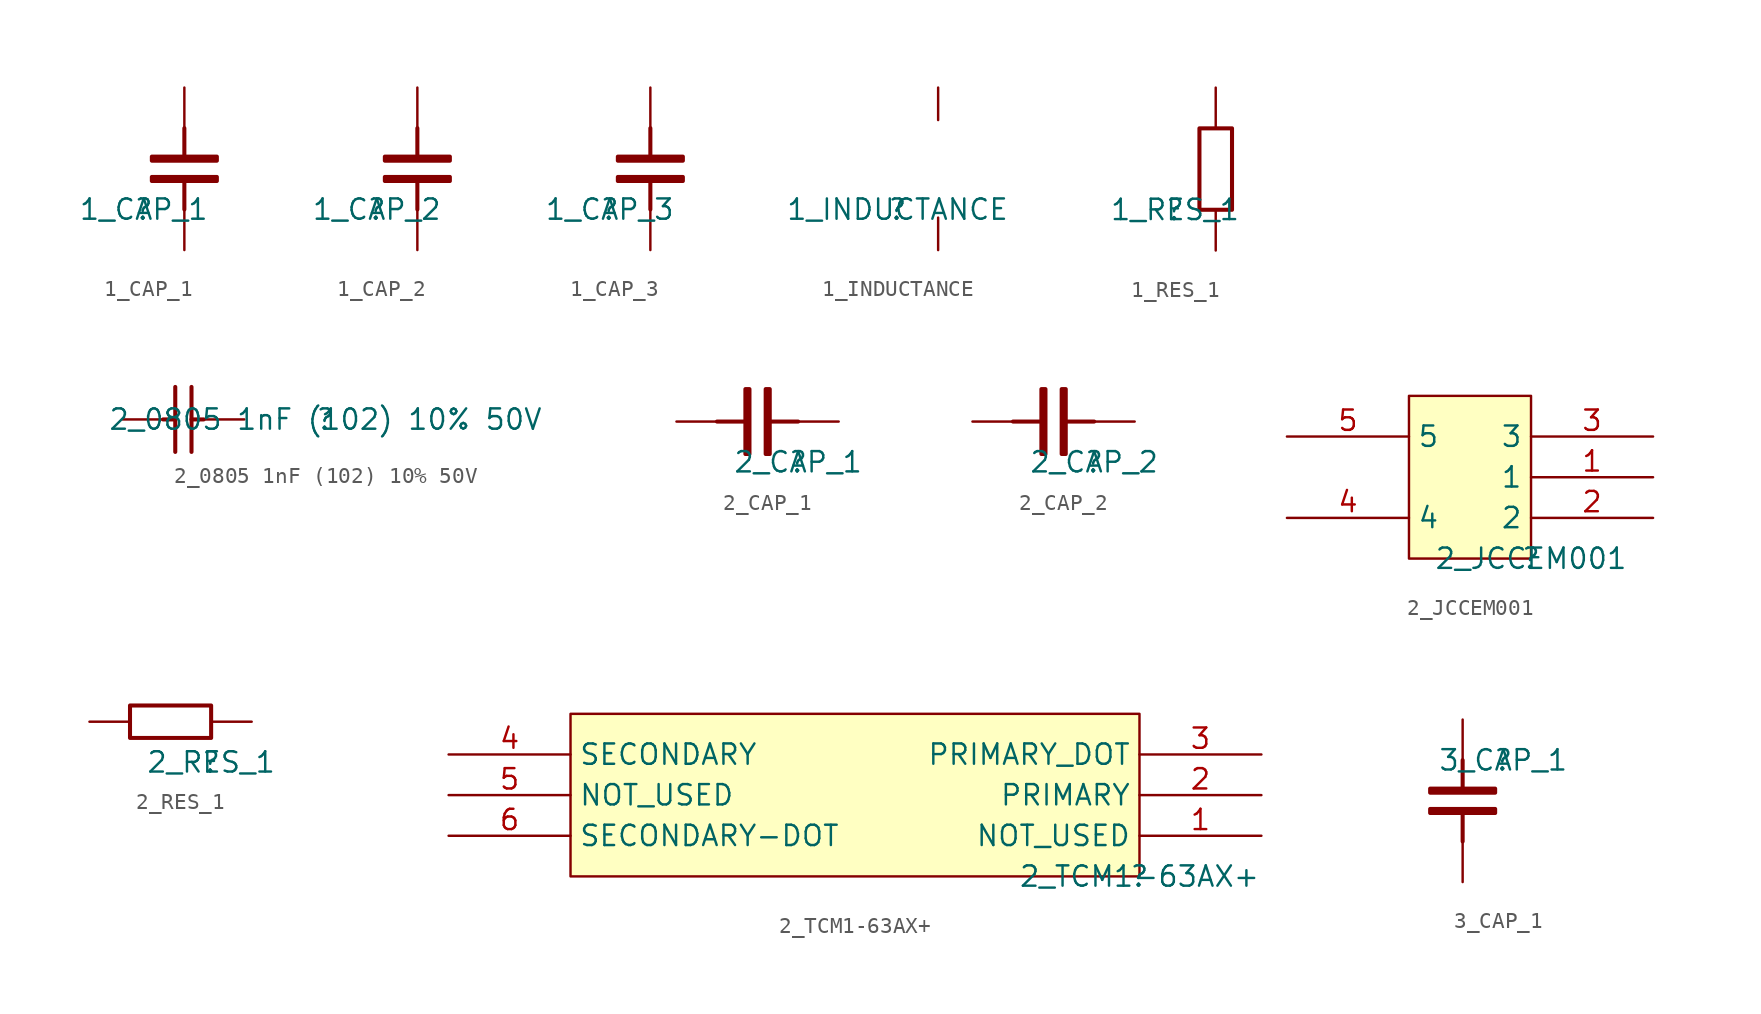
<source format=kicad_sym>
(kicad_symbol_lib
  (version 20211014)
  (generator kicad_symbol_editor)
  (symbol "pynqsdr-altium-import:1_CAP_1"
    (property "Reference" ""
      (at 0 0 0)
      (effects (font (size 1.27 1.27))))
    (property "Value" "1_CAP_1"
      (at 0 0 0)
      (effects (font (size 1.27 1.27))))
    (symbol "1_CAP_1_1_0"
      (polyline (pts (xy 2.54 3.302) (xy 2.54 5.08)) (stroke (width 0.254) (type default) (color 0 0 0 0)) (fill (type none)))
      (polyline (pts (xy 2.54 0) (xy 2.54 1.778)) (stroke (width 0.254) (type default) (color 0 0 0 0)) (fill (type none)))
      (polyline (pts (xy 0.508 1.778) (xy 0.508 2.032) (xy 4.572 2.032) (xy 4.572 1.778) (xy 0.508 1.778)) (stroke (width 0.254) (type default) (color 0 0 0 0)) (fill (type outline)))
      (polyline (pts (xy 0.508 3.048) (xy 0.508 3.302) (xy 4.572 3.302) (xy 4.572 3.048) (xy 0.508 3.048)) (stroke (width 0.254) (type default) (color 0 0 0 0)) (fill (type outline)))
      (pin passive line (at 2.54 -2.54 90) (length 2.54) (name "1" (effects (font (size 0 0)))) (number "1" (effects (font (size 0 0)))))
      (pin passive line (at 2.54 7.62 270) (length 2.54) (name "2" (effects (font (size 0 0)))) (number "2" (effects (font (size 0 0)))))))
  (symbol "pynqsdr-altium-import:1_CAP_2"
    (property "Reference" ""
      (at 0 0 0)
      (effects (font (size 1.27 1.27))))
    (property "Value" "1_CAP_2"
      (at 0 0 0)
      (effects (font (size 1.27 1.27))))
    (symbol "1_CAP_2_1_0"
      (polyline (pts (xy 2.54 3.302) (xy 2.54 5.08)) (stroke (width 0.254) (type default) (color 0 0 0 0)) (fill (type none)))
      (polyline (pts (xy 2.54 0) (xy 2.54 1.778)) (stroke (width 0.254) (type default) (color 0 0 0 0)) (fill (type none)))
      (polyline (pts (xy 0.508 1.778) (xy 0.508 2.032) (xy 4.572 2.032) (xy 4.572 1.778) (xy 0.508 1.778)) (stroke (width 0.254) (type default) (color 0 0 0 0)) (fill (type outline)))
      (polyline (pts (xy 0.508 3.048) (xy 0.508 3.302) (xy 4.572 3.302) (xy 4.572 3.048) (xy 0.508 3.048)) (stroke (width 0.254) (type default) (color 0 0 0 0)) (fill (type outline)))
      (pin passive line (at 2.54 -2.54 90) (length 2.54) (name "1" (effects (font (size 0 0)))) (number "1" (effects (font (size 0 0)))))
      (pin passive line (at 2.54 7.62 270) (length 2.54) (name "2" (effects (font (size 0 0)))) (number "2" (effects (font (size 0 0)))))))
  (symbol "pynqsdr-altium-import:1_CAP_3"
    (property "Reference" ""
      (at 0 0 0)
      (effects (font (size 1.27 1.27))))
    (property "Value" "1_CAP_3"
      (at 0 0 0)
      (effects (font (size 1.27 1.27))))
    (symbol "1_CAP_3_1_0"
      (polyline (pts (xy 2.54 3.302) (xy 2.54 5.08)) (stroke (width 0.254) (type default) (color 0 0 0 0)) (fill (type none)))
      (polyline (pts (xy 2.54 0) (xy 2.54 1.778)) (stroke (width 0.254) (type default) (color 0 0 0 0)) (fill (type none)))
      (polyline (pts (xy 0.508 1.778) (xy 0.508 2.032) (xy 4.572 2.032) (xy 4.572 1.778) (xy 0.508 1.778)) (stroke (width 0.254) (type default) (color 0 0 0 0)) (fill (type outline)))
      (polyline (pts (xy 0.508 3.048) (xy 0.508 3.302) (xy 4.572 3.302) (xy 4.572 3.048) (xy 0.508 3.048)) (stroke (width 0.254) (type default) (color 0 0 0 0)) (fill (type outline)))
      (pin passive line (at 2.54 -2.54 90) (length 2.54) (name "1" (effects (font (size 0 0)))) (number "1" (effects (font (size 0 0)))))
      (pin passive line (at 2.54 7.62 270) (length 2.54) (name "2" (effects (font (size 0 0)))) (number "2" (effects (font (size 0 0)))))))
  (symbol "pynqsdr-altium-import:1_INDUCTANCE"
    (property "Reference" ""
      (at 0 0 0)
      (effects (font (size 1.27 1.27))))
    (property "Value" "1_INDUCTANCE"
      (at 0 0 0)
      (effects (font (size 1.27 1.27))))
    (symbol "1_INDUCTANCE_1_0"
      (pin passive line (at 2.54 -2.54 90) (length 2.032) (name "1" (effects (font (size 0 0)))) (number "1" (effects (font (size 0 0)))))
      (pin passive line (at 2.54 7.62 270) (length 2.032) (name "2" (effects (font (size 0 0)))) (number "2" (effects (font (size 0 0)))))))
  (symbol "pynqsdr-altium-import:1_RES_1"
    (property "Reference" ""
      (at 0 0 0)
      (effects (font (size 1.27 1.27))))
    (property "Value" "1_RES_1"
      (at 0 0 0)
      (effects (font (size 1.27 1.27))))
    (symbol "1_RES_1_1_0"
      (rectangle (start 3.556 5.08) (end 1.524 0) (stroke (width 0.254) (type default) (color 0 0 0 0)) (fill (type none)))
      (pin passive line (at 2.54 -2.54 90) (length 2.54) (name "1" (effects (font (size 0 0)))) (number "1" (effects (font (size 0 0)))))
      (pin passive line (at 2.54 7.62 270) (length 2.54) (name "2" (effects (font (size 0 0)))) (number "2" (effects (font (size 0 0)))))))
  (symbol "pynqsdr-altium-import:2_0805 1nF (102) 10% 50V"
    (property "Reference" ""
      (at 0 0 0)
      (effects (font (size 1.27 1.27))))
    (property "Value" "2_0805 1nF (102) 10% 50V"
      (at 0 0 0)
      (effects (font (size 1.27 1.27))))
    (symbol "2_0805 1nF (102) 10% 50V_1_0"
      (polyline (pts (xy -10.16 0) (xy -9.398 0)) (stroke (width 0.254) (type default) (color 0 0 0 0)) (fill (type none)))
      (polyline (pts (xy -9.398 -2.032) (xy -9.398 2.032)) (stroke (width 0.254) (type default) (color 0 0 0 0)) (fill (type none)))
      (polyline (pts (xy -8.382 2.032) (xy -8.382 -2.032)) (stroke (width 0.254) (type default) (color 0 0 0 0)) (fill (type none)))
      (polyline (pts (xy -7.62 0) (xy -8.382 0)) (stroke (width 0.254) (type default) (color 0 0 0 0)) (fill (type none)))
      (pin passive line (at -5.08 0 180) (length 2.54) (name "1" (effects (font (size 0 0)))) (number "1" (effects (font (size 0 0)))))
      (pin passive line (at -12.7 0 0) (length 2.54) (name "2" (effects (font (size 0 0)))) (number "2" (effects (font (size 0 0)))))))
  (symbol "pynqsdr-altium-import:2_CAP_1"
    (property "Reference" ""
      (at 0 0 0)
      (effects (font (size 1.27 1.27))))
    (property "Value" "2_CAP_1"
      (at 0 0 0)
      (effects (font (size 1.27 1.27))))
    (symbol "2_CAP_1_1_0"
      (polyline (pts (xy -3.302 2.54) (xy -5.08 2.54)) (stroke (width 0.254) (type default) (color 0 0 0 0)) (fill (type none)))
      (polyline (pts (xy 0 2.54) (xy -1.778 2.54)) (stroke (width 0.254) (type default) (color 0 0 0 0)) (fill (type none)))
      (polyline (pts (xy -3.048 0.508) (xy -3.302 0.508) (xy -3.302 4.572) (xy -3.048 4.572) (xy -3.048 0.508)) (stroke (width 0.254) (type default) (color 0 0 0 0)) (fill (type outline)))
      (polyline (pts (xy -1.778 0.508) (xy -2.032 0.508) (xy -2.032 4.572) (xy -1.778 4.572) (xy -1.778 0.508)) (stroke (width 0.254) (type default) (color 0 0 0 0)) (fill (type outline)))
      (pin passive line (at 2.54 2.54 180) (length 2.54) (name "1" (effects (font (size 0 0)))) (number "1" (effects (font (size 0 0)))))
      (pin passive line (at -7.62 2.54 0) (length 2.54) (name "2" (effects (font (size 0 0)))) (number "2" (effects (font (size 0 0)))))))
  (symbol "pynqsdr-altium-import:2_CAP_2"
    (property "Reference" ""
      (at 0 0 0)
      (effects (font (size 1.27 1.27))))
    (property "Value" "2_CAP_2"
      (at 0 0 0)
      (effects (font (size 1.27 1.27))))
    (symbol "2_CAP_2_1_0"
      (polyline (pts (xy -3.302 2.54) (xy -5.08 2.54)) (stroke (width 0.254) (type default) (color 0 0 0 0)) (fill (type none)))
      (polyline (pts (xy 0 2.54) (xy -1.778 2.54)) (stroke (width 0.254) (type default) (color 0 0 0 0)) (fill (type none)))
      (polyline (pts (xy -3.048 0.508) (xy -3.302 0.508) (xy -3.302 4.572) (xy -3.048 4.572) (xy -3.048 0.508)) (stroke (width 0.254) (type default) (color 0 0 0 0)) (fill (type outline)))
      (polyline (pts (xy -1.778 0.508) (xy -2.032 0.508) (xy -2.032 4.572) (xy -1.778 4.572) (xy -1.778 0.508)) (stroke (width 0.254) (type default) (color 0 0 0 0)) (fill (type outline)))
      (pin passive line (at 2.54 2.54 180) (length 2.54) (name "1" (effects (font (size 0 0)))) (number "1" (effects (font (size 0 0)))))
      (pin passive line (at -7.62 2.54 0) (length 2.54) (name "2" (effects (font (size 0 0)))) (number "2" (effects (font (size 0 0)))))))
  (symbol "pynqsdr-altium-import:2_JCCEM001"
    (property "Reference" ""
      (at 0 0 0)
      (effects (font (size 1.27 1.27))))
    (property "Value" "2_JCCEM001"
      (at 0 0 0)
      (effects (font (size 1.27 1.27))))
    (symbol "2_JCCEM001_1_0"
      (rectangle (start 0 10.16) (end -7.62 0) (stroke (width 0) (type default) (color 0 0 0 0)) (fill (type background)))
      (pin passive line (at -15.24 7.62 0) (length 7.62) (name "5" (effects (font (size 1.27 1.27)))) (number "5" (effects (font (size 1.27 1.27)))))
      (pin passive line (at 7.62 5.08 180) (length 7.62) (name "1" (effects (font (size 1.27 1.27)))) (number "1" (effects (font (size 1.27 1.27)))))
      (pin passive line (at 7.62 2.54 180) (length 7.62) (name "2" (effects (font (size 1.27 1.27)))) (number "2" (effects (font (size 1.27 1.27)))))
      (pin passive line (at 7.62 7.62 180) (length 7.62) (name "3" (effects (font (size 1.27 1.27)))) (number "3" (effects (font (size 1.27 1.27)))))
      (pin passive line (at -15.24 2.54 0) (length 7.62) (name "4" (effects (font (size 1.27 1.27)))) (number "4" (effects (font (size 1.27 1.27)))))))
  (symbol "pynqsdr-altium-import:2_RES_1"
    (property "Reference" ""
      (at 0 0 0)
      (effects (font (size 1.27 1.27))))
    (property "Value" "2_RES_1"
      (at 0 0 0)
      (effects (font (size 1.27 1.27))))
    (symbol "2_RES_1_1_0"
      (rectangle (start 0 3.556) (end -5.08 1.524) (stroke (width 0.254) (type default) (color 0 0 0 0)) (fill (type none)))
      (pin passive line (at 2.54 2.54 180) (length 2.54) (name "1" (effects (font (size 0 0)))) (number "1" (effects (font (size 0 0)))))
      (pin passive line (at -7.62 2.54 0) (length 2.54) (name "2" (effects (font (size 0 0)))) (number "2" (effects (font (size 0 0)))))))
  (symbol "pynqsdr-altium-import:2_TCM1-63AX+"
    (property "Reference" ""
      (at 0 0 0)
      (effects (font (size 1.27 1.27))))
    (property "Value" "2_TCM1-63AX+"
      (at 0 0 0)
      (effects (font (size 1.27 1.27))))
    (symbol "2_TCM1-63AX+_1_0"
      (rectangle (start 0 10.16) (end -35.56 0) (stroke (width 0) (type default) (color 0 0 0 0)) (fill (type background)))
      (pin passive line (at -43.18 2.54 0) (length 7.62) (name "SECONDARY-DOT" (effects (font (size 1.27 1.27)))) (number "6" (effects (font (size 1.27 1.27)))))
      (pin passive line (at 7.62 2.54 180) (length 7.62) (name "NOT_USED" (effects (font (size 1.27 1.27)))) (number "1" (effects (font (size 1.27 1.27)))))
      (pin passive line (at 7.62 5.08 180) (length 7.62) (name "PRIMARY" (effects (font (size 1.27 1.27)))) (number "2" (effects (font (size 1.27 1.27)))))
      (pin passive line (at 7.62 7.62 180) (length 7.62) (name "PRIMARY_DOT" (effects (font (size 1.27 1.27)))) (number "3" (effects (font (size 1.27 1.27)))))
      (pin passive line (at -43.18 7.62 0) (length 7.62) (name "SECONDARY" (effects (font (size 1.27 1.27)))) (number "4" (effects (font (size 1.27 1.27)))))
      (pin passive line (at -43.18 5.08 0) (length 7.62) (name "NOT_USED" (effects (font (size 1.27 1.27)))) (number "5" (effects (font (size 1.27 1.27)))))))
  (symbol "pynqsdr-altium-import:3_CAP_1"
    (property "Reference" ""
      (at 0 0 0)
      (effects (font (size 1.27 1.27))))
    (property "Value" "3_CAP_1"
      (at 0 0 0)
      (effects (font (size 1.27 1.27))))
    (symbol "3_CAP_1_1_0"
      (polyline (pts (xy -2.54 -3.302) (xy -2.54 -5.08)) (stroke (width 0.254) (type default) (color 0 0 0 0)) (fill (type none)))
      (polyline (pts (xy -2.54 0) (xy -2.54 -1.778)) (stroke (width 0.254) (type default) (color 0 0 0 0)) (fill (type none)))
      (polyline (pts (xy -0.508 -3.048) (xy -0.508 -3.302) (xy -4.572 -3.302) (xy -4.572 -3.048) (xy -0.508 -3.048)) (stroke (width 0.254) (type default) (color 0 0 0 0)) (fill (type outline)))
      (polyline (pts (xy -0.508 -1.778) (xy -0.508 -2.032) (xy -4.572 -2.032) (xy -4.572 -1.778) (xy -0.508 -1.778)) (stroke (width 0.254) (type default) (color 0 0 0 0)) (fill (type outline)))
      (pin passive line (at -2.54 2.54 270) (length 2.54) (name "1" (effects (font (size 0 0)))) (number "1" (effects (font (size 0 0)))))
      (pin passive line (at -2.54 -7.62 90) (length 2.54) (name "2" (effects (font (size 0 0)))) (number "2" (effects (font (size 0 0))))))))
</source>
